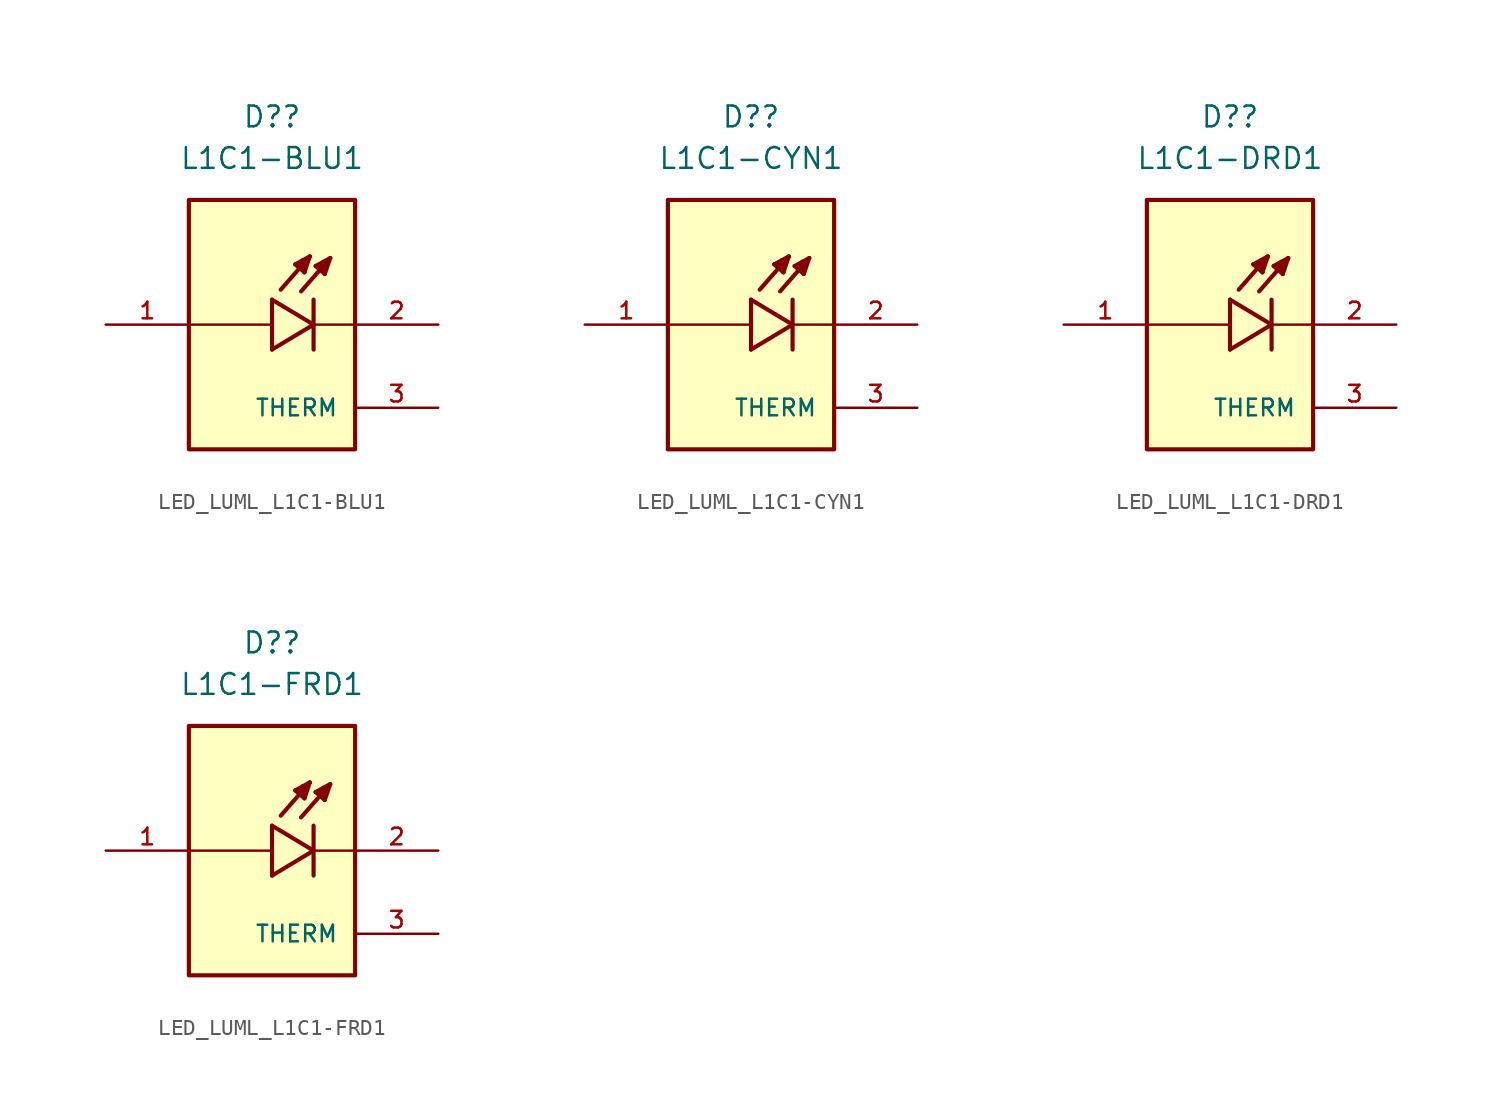
<source format=kicad_sym>
(kicad_symbol_lib
  (version 20231120)
  (generator "kicad_symbol_editor")
  (generator_version "8.0")
  (symbol "LED_LUML_L1C1-BLU1"
    (pin_names
      (offset 1.016))
    (property "Reference" "D?"
      (at 0 12.7 0)
      (effects (font (size 1.27 1.27))))
    (property "Value" "L1C1-BLU1"
      (at 0 10.16 0)
      (effects (font (size 1.27 1.27))))
    (symbol "LED_LUML_L1C1-BLU1_0_0"
      (rectangle (start -5.08 -7.62) (end 5.08 7.62) (stroke (width 0.254) (type default)) (fill (type background)))
      (polyline (pts (xy 0 -1.524) (xy 2.54 0)) (stroke (width 0.254) (type default)) (fill (type none)))
      (polyline (pts (xy 0 0) (xy -5.08 0)) (stroke (width 0.152) (type default)) (fill (type none)))
      (polyline (pts (xy 0 0) (xy 0 -1.524)) (stroke (width 0.254) (type default)) (fill (type none)))
      (polyline (pts (xy 0 1.524) (xy 0 0)) (stroke (width 0.254) (type default)) (fill (type none)))
      (polyline (pts (xy 1.422 3.683) (xy 2.311 4.166)) (stroke (width 0.254) (type default)) (fill (type none)))
      (polyline (pts (xy 1.6 3.607) (xy 1.829 3.759)) (stroke (width 0.254) (type default)) (fill (type none)))
      (polyline (pts (xy 1.981 3.2) (xy 1.422 3.683)) (stroke (width 0.254) (type default)) (fill (type none)))
      (polyline (pts (xy 1.981 3.2) (xy 2.007 3.937)) (stroke (width 0.254) (type default)) (fill (type none)))
      (polyline (pts (xy 2.007 3.937) (xy 1.88 3.937)) (stroke (width 0.254) (type default)) (fill (type none)))
      (polyline (pts (xy 2.311 4.166) (xy 0.533 2.134)) (stroke (width 0.254) (type default)) (fill (type none)))
      (polyline (pts (xy 2.311 4.166) (xy 1.981 3.2)) (stroke (width 0.254) (type default)) (fill (type none)))
      (polyline (pts (xy 2.54 0) (xy 0 1.524)) (stroke (width 0.254) (type default)) (fill (type none)))
      (polyline (pts (xy 2.54 0) (xy 2.54 -1.524)) (stroke (width 0.254) (type default)) (fill (type none)))
      (polyline (pts (xy 2.54 1.524) (xy 2.54 0)) (stroke (width 0.254) (type default)) (fill (type none)))
      (polyline (pts (xy 2.667 3.581) (xy 3.556 4.064)) (stroke (width 0.254) (type default)) (fill (type none)))
      (polyline (pts (xy 2.845 3.505) (xy 3.073 3.658)) (stroke (width 0.254) (type default)) (fill (type none)))
      (polyline (pts (xy 3.226 3.099) (xy 2.667 3.581)) (stroke (width 0.254) (type default)) (fill (type none)))
      (polyline (pts (xy 3.226 3.099) (xy 3.251 3.835)) (stroke (width 0.254) (type default)) (fill (type none)))
      (polyline (pts (xy 3.251 3.835) (xy 3.124 3.835)) (stroke (width 0.254) (type default)) (fill (type none)))
      (polyline (pts (xy 3.556 4.064) (xy 1.778 2.032)) (stroke (width 0.254) (type default)) (fill (type none)))
      (polyline (pts (xy 3.556 4.064) (xy 3.226 3.099)) (stroke (width 0.254) (type default)) (fill (type none)))
      (polyline (pts (xy 5.08 0) (xy 2.54 0)) (stroke (width 0.152) (type default)) (fill (type none)))
      (pin passive line (at 10.16 -5.08 180) (length 5.08) (name "THERM" (effects (font (size 1.016 1.016)))) (number "3" (effects (font (size 1.016 1.016))))))
    (symbol "LED_LUML_L1C1-BLU1_1_0"
      (pin passive line (at -10.16 0 0) (length 5.08) (name "~" (effects (font (size 1.016 1.016)))) (number "1" (effects (font (size 1.016 1.016)))))
      (pin passive line (at 10.16 0 180) (length 5.08) (name "~" (effects (font (size 1.016 1.016)))) (number "2" (effects (font (size 1.016 1.016)))))))
  (symbol "LED_LUML_L1C1-CYN1"
    (pin_names
      (offset 1.016))
    (property "Reference" "D?"
      (at 0 12.7 0)
      (effects (font (size 1.27 1.27))))
    (property "Value" "L1C1-CYN1"
      (at 0 10.16 0)
      (effects (font (size 1.27 1.27))))
    (symbol "LED_LUML_L1C1-CYN1_0_0"
      (rectangle (start -5.08 -7.62) (end 5.08 7.62) (stroke (width 0.254) (type default)) (fill (type background)))
      (polyline (pts (xy 0 -1.524) (xy 2.54 0)) (stroke (width 0.254) (type default)) (fill (type none)))
      (polyline (pts (xy 0 0) (xy -5.08 0)) (stroke (width 0.152) (type default)) (fill (type none)))
      (polyline (pts (xy 0 0) (xy 0 -1.524)) (stroke (width 0.254) (type default)) (fill (type none)))
      (polyline (pts (xy 0 1.524) (xy 0 0)) (stroke (width 0.254) (type default)) (fill (type none)))
      (polyline (pts (xy 1.422 3.683) (xy 2.311 4.166)) (stroke (width 0.254) (type default)) (fill (type none)))
      (polyline (pts (xy 1.6 3.607) (xy 1.829 3.759)) (stroke (width 0.254) (type default)) (fill (type none)))
      (polyline (pts (xy 1.981 3.2) (xy 1.422 3.683)) (stroke (width 0.254) (type default)) (fill (type none)))
      (polyline (pts (xy 1.981 3.2) (xy 2.007 3.937)) (stroke (width 0.254) (type default)) (fill (type none)))
      (polyline (pts (xy 2.007 3.937) (xy 1.88 3.937)) (stroke (width 0.254) (type default)) (fill (type none)))
      (polyline (pts (xy 2.311 4.166) (xy 0.533 2.134)) (stroke (width 0.254) (type default)) (fill (type none)))
      (polyline (pts (xy 2.311 4.166) (xy 1.981 3.2)) (stroke (width 0.254) (type default)) (fill (type none)))
      (polyline (pts (xy 2.54 0) (xy 0 1.524)) (stroke (width 0.254) (type default)) (fill (type none)))
      (polyline (pts (xy 2.54 0) (xy 2.54 -1.524)) (stroke (width 0.254) (type default)) (fill (type none)))
      (polyline (pts (xy 2.54 1.524) (xy 2.54 0)) (stroke (width 0.254) (type default)) (fill (type none)))
      (polyline (pts (xy 2.667 3.581) (xy 3.556 4.064)) (stroke (width 0.254) (type default)) (fill (type none)))
      (polyline (pts (xy 2.845 3.505) (xy 3.073 3.658)) (stroke (width 0.254) (type default)) (fill (type none)))
      (polyline (pts (xy 3.226 3.099) (xy 2.667 3.581)) (stroke (width 0.254) (type default)) (fill (type none)))
      (polyline (pts (xy 3.226 3.099) (xy 3.251 3.835)) (stroke (width 0.254) (type default)) (fill (type none)))
      (polyline (pts (xy 3.251 3.835) (xy 3.124 3.835)) (stroke (width 0.254) (type default)) (fill (type none)))
      (polyline (pts (xy 3.556 4.064) (xy 1.778 2.032)) (stroke (width 0.254) (type default)) (fill (type none)))
      (polyline (pts (xy 3.556 4.064) (xy 3.226 3.099)) (stroke (width 0.254) (type default)) (fill (type none)))
      (polyline (pts (xy 5.08 0) (xy 2.54 0)) (stroke (width 0.152) (type default)) (fill (type none)))
      (pin passive line (at 10.16 -5.08 180) (length 5.08) (name "THERM" (effects (font (size 1.016 1.016)))) (number "3" (effects (font (size 1.016 1.016))))))
    (symbol "LED_LUML_L1C1-CYN1_1_0"
      (pin passive line (at -10.16 0 0) (length 5.08) (name "~" (effects (font (size 1.016 1.016)))) (number "1" (effects (font (size 1.016 1.016)))))
      (pin passive line (at 10.16 0 180) (length 5.08) (name "~" (effects (font (size 1.016 1.016)))) (number "2" (effects (font (size 1.016 1.016)))))))
  (symbol "LED_LUML_L1C1-DRD1"
    (pin_names
      (offset 1.016))
    (property "Reference" "D?"
      (at 0 12.7 0)
      (effects (font (size 1.27 1.27))))
    (property "Value" "L1C1-DRD1"
      (at 0 10.16 0)
      (effects (font (size 1.27 1.27))))
    (symbol "LED_LUML_L1C1-DRD1_0_0"
      (rectangle (start -5.08 -7.62) (end 5.08 7.62) (stroke (width 0.254) (type default)) (fill (type background)))
      (polyline (pts (xy 0 -1.524) (xy 2.54 0)) (stroke (width 0.254) (type default)) (fill (type none)))
      (polyline (pts (xy 0 0) (xy -5.08 0)) (stroke (width 0.152) (type default)) (fill (type none)))
      (polyline (pts (xy 0 0) (xy 0 -1.524)) (stroke (width 0.254) (type default)) (fill (type none)))
      (polyline (pts (xy 0 1.524) (xy 0 0)) (stroke (width 0.254) (type default)) (fill (type none)))
      (polyline (pts (xy 1.422 3.683) (xy 2.311 4.166)) (stroke (width 0.254) (type default)) (fill (type none)))
      (polyline (pts (xy 1.6 3.607) (xy 1.829 3.759)) (stroke (width 0.254) (type default)) (fill (type none)))
      (polyline (pts (xy 1.981 3.2) (xy 1.422 3.683)) (stroke (width 0.254) (type default)) (fill (type none)))
      (polyline (pts (xy 1.981 3.2) (xy 2.007 3.937)) (stroke (width 0.254) (type default)) (fill (type none)))
      (polyline (pts (xy 2.007 3.937) (xy 1.88 3.937)) (stroke (width 0.254) (type default)) (fill (type none)))
      (polyline (pts (xy 2.311 4.166) (xy 0.533 2.134)) (stroke (width 0.254) (type default)) (fill (type none)))
      (polyline (pts (xy 2.311 4.166) (xy 1.981 3.2)) (stroke (width 0.254) (type default)) (fill (type none)))
      (polyline (pts (xy 2.54 0) (xy 0 1.524)) (stroke (width 0.254) (type default)) (fill (type none)))
      (polyline (pts (xy 2.54 0) (xy 2.54 -1.524)) (stroke (width 0.254) (type default)) (fill (type none)))
      (polyline (pts (xy 2.54 1.524) (xy 2.54 0)) (stroke (width 0.254) (type default)) (fill (type none)))
      (polyline (pts (xy 2.667 3.581) (xy 3.556 4.064)) (stroke (width 0.254) (type default)) (fill (type none)))
      (polyline (pts (xy 2.845 3.505) (xy 3.073 3.658)) (stroke (width 0.254) (type default)) (fill (type none)))
      (polyline (pts (xy 3.226 3.099) (xy 2.667 3.581)) (stroke (width 0.254) (type default)) (fill (type none)))
      (polyline (pts (xy 3.226 3.099) (xy 3.251 3.835)) (stroke (width 0.254) (type default)) (fill (type none)))
      (polyline (pts (xy 3.251 3.835) (xy 3.124 3.835)) (stroke (width 0.254) (type default)) (fill (type none)))
      (polyline (pts (xy 3.556 4.064) (xy 1.778 2.032)) (stroke (width 0.254) (type default)) (fill (type none)))
      (polyline (pts (xy 3.556 4.064) (xy 3.226 3.099)) (stroke (width 0.254) (type default)) (fill (type none)))
      (polyline (pts (xy 5.08 0) (xy 2.54 0)) (stroke (width 0.152) (type default)) (fill (type none)))
      (pin passive line (at 10.16 -5.08 180) (length 5.08) (name "THERM" (effects (font (size 1.016 1.016)))) (number "3" (effects (font (size 1.016 1.016))))))
    (symbol "LED_LUML_L1C1-DRD1_1_0"
      (pin passive line (at -10.16 0 0) (length 5.08) (name "~" (effects (font (size 1.016 1.016)))) (number "1" (effects (font (size 1.016 1.016)))))
      (pin passive line (at 10.16 0 180) (length 5.08) (name "~" (effects (font (size 1.016 1.016)))) (number "2" (effects (font (size 1.016 1.016)))))))
  (symbol "LED_LUML_L1C1-FRD1"
    (pin_names
      (offset 1.016))
    (property "Reference" "D?"
      (at 0 12.7 0)
      (effects (font (size 1.27 1.27))))
    (property "Value" "L1C1-FRD1"
      (at 0 10.16 0)
      (effects (font (size 1.27 1.27))))
    (symbol "LED_LUML_L1C1-FRD1_0_0"
      (rectangle (start -5.08 -7.62) (end 5.08 7.62) (stroke (width 0.254) (type default)) (fill (type background)))
      (polyline (pts (xy 0 -1.524) (xy 2.54 0)) (stroke (width 0.254) (type default)) (fill (type none)))
      (polyline (pts (xy 0 0) (xy -5.08 0)) (stroke (width 0.152) (type default)) (fill (type none)))
      (polyline (pts (xy 0 0) (xy 0 -1.524)) (stroke (width 0.254) (type default)) (fill (type none)))
      (polyline (pts (xy 0 1.524) (xy 0 0)) (stroke (width 0.254) (type default)) (fill (type none)))
      (polyline (pts (xy 1.422 3.683) (xy 2.311 4.166)) (stroke (width 0.254) (type default)) (fill (type none)))
      (polyline (pts (xy 1.6 3.607) (xy 1.829 3.759)) (stroke (width 0.254) (type default)) (fill (type none)))
      (polyline (pts (xy 1.981 3.2) (xy 1.422 3.683)) (stroke (width 0.254) (type default)) (fill (type none)))
      (polyline (pts (xy 1.981 3.2) (xy 2.007 3.937)) (stroke (width 0.254) (type default)) (fill (type none)))
      (polyline (pts (xy 2.007 3.937) (xy 1.88 3.937)) (stroke (width 0.254) (type default)) (fill (type none)))
      (polyline (pts (xy 2.311 4.166) (xy 0.533 2.134)) (stroke (width 0.254) (type default)) (fill (type none)))
      (polyline (pts (xy 2.311 4.166) (xy 1.981 3.2)) (stroke (width 0.254) (type default)) (fill (type none)))
      (polyline (pts (xy 2.54 0) (xy 0 1.524)) (stroke (width 0.254) (type default)) (fill (type none)))
      (polyline (pts (xy 2.54 0) (xy 2.54 -1.524)) (stroke (width 0.254) (type default)) (fill (type none)))
      (polyline (pts (xy 2.54 1.524) (xy 2.54 0)) (stroke (width 0.254) (type default)) (fill (type none)))
      (polyline (pts (xy 2.667 3.581) (xy 3.556 4.064)) (stroke (width 0.254) (type default)) (fill (type none)))
      (polyline (pts (xy 2.845 3.505) (xy 3.073 3.658)) (stroke (width 0.254) (type default)) (fill (type none)))
      (polyline (pts (xy 3.226 3.099) (xy 2.667 3.581)) (stroke (width 0.254) (type default)) (fill (type none)))
      (polyline (pts (xy 3.226 3.099) (xy 3.251 3.835)) (stroke (width 0.254) (type default)) (fill (type none)))
      (polyline (pts (xy 3.251 3.835) (xy 3.124 3.835)) (stroke (width 0.254) (type default)) (fill (type none)))
      (polyline (pts (xy 3.556 4.064) (xy 1.778 2.032)) (stroke (width 0.254) (type default)) (fill (type none)))
      (polyline (pts (xy 3.556 4.064) (xy 3.226 3.099)) (stroke (width 0.254) (type default)) (fill (type none)))
      (polyline (pts (xy 5.08 0) (xy 2.54 0)) (stroke (width 0.152) (type default)) (fill (type none)))
      (pin passive line (at 10.16 -5.08 180) (length 5.08) (name "THERM" (effects (font (size 1.016 1.016)))) (number "3" (effects (font (size 1.016 1.016))))))
    (symbol "LED_LUML_L1C1-FRD1_1_0"
      (pin passive line (at -10.16 0 0) (length 5.08) (name "~" (effects (font (size 1.016 1.016)))) (number "1" (effects (font (size 1.016 1.016)))))
      (pin passive line (at 10.16 0 180) (length 5.08) (name "~" (effects (font (size 1.016 1.016)))) (number "2" (effects (font (size 1.016 1.016))))))))
</source>
